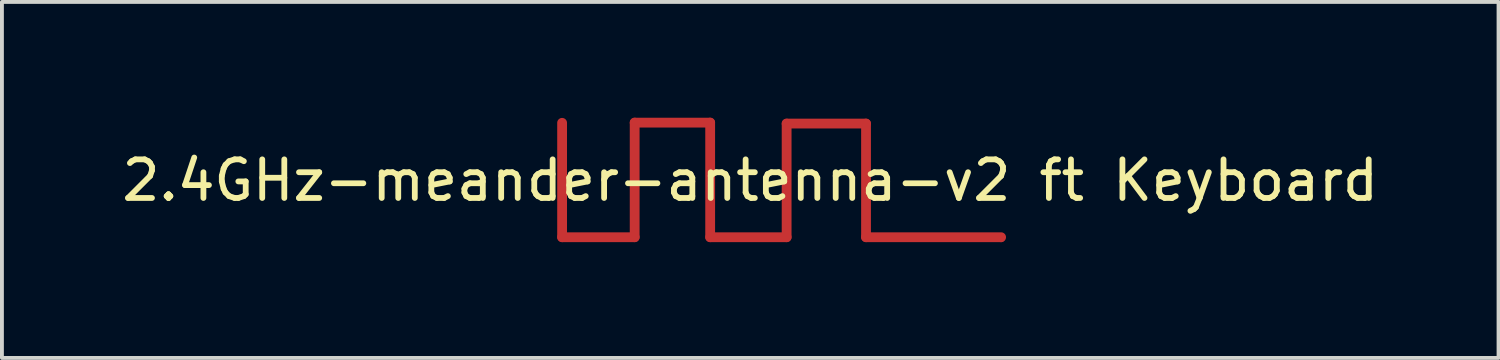
<source format=kicad_pcb>
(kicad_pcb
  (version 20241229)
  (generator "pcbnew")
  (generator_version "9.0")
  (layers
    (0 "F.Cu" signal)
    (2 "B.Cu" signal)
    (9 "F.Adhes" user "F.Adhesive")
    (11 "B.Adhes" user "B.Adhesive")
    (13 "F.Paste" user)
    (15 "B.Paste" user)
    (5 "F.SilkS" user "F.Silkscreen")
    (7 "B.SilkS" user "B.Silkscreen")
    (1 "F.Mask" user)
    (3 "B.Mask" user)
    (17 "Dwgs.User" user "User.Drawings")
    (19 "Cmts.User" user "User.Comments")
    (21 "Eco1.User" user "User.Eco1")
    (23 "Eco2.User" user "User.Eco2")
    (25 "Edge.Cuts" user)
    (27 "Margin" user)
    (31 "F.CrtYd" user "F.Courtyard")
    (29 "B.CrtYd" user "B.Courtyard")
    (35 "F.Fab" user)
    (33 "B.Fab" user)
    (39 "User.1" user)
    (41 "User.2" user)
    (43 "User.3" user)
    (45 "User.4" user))
  (footprint "2.4GHz-meander-antenna-v2 ft Keyboard"
    (layer "F.Cu")
    (at 16.387 1.624)
    (property "Reference" "2.4GHz-meander-antenna-v2 ft Keyboard" (at 0 0 0) (layer "F.SilkS") (effects (font (size 1 1) (thickness 0.15))))
    (fp_line (start -4.874 1.472) (end -4.874 -1.492) (stroke (width 0.254) (type default)) (layer "F.Cu"))
    (fp_line (start -2.994 1.472) (end -4.874 1.472) (stroke (width 0.254) (type default)) (layer "F.Cu"))
    (fp_line (start -2.994 1.472) (end -2.994 -1.497) (stroke (width 0.254) (type default)) (layer "F.Cu"))
    (fp_line (start -1.038 -1.497) (end -2.994 -1.497) (stroke (width 0.254) (type default)) (layer "F.Cu"))
    (fp_line (start -1.038 1.472) (end -1.038 -1.497) (stroke (width 0.254) (type default)) (layer "F.Cu"))
    (fp_line (start 0.943 1.472) (end -1.038 1.472) (stroke (width 0.254) (type default)) (layer "F.Cu"))
    (fp_line (start 0.943 1.472) (end 0.943 -1.472) (stroke (width 0.254) (type default)) (layer "F.Cu"))
    (fp_line (start 3 -1.472) (end 0.943 -1.472) (stroke (width 0.254) (type default)) (layer "F.Cu"))
    (fp_line (start 3 1.472) (end 3 -1.472) (stroke (width 0.254) (type default)) (layer "F.Cu"))
    (fp_line (start 6.5 1.472) (end 3 1.472) (stroke (width 0.254) (type default)) (layer "F.Cu"))
    (pad "1" smd circle (at 6.5 1.5) (size 0.2 0.2) (layers "F.Cu" "F.Mask" "F.Paste")))
  (gr_rect
    (start -3 -3)
    (end 35.774 6.224)
    (stroke (width 0.1) (type default))
    (fill no)
    (layer "Edge.Cuts")))
</source>
